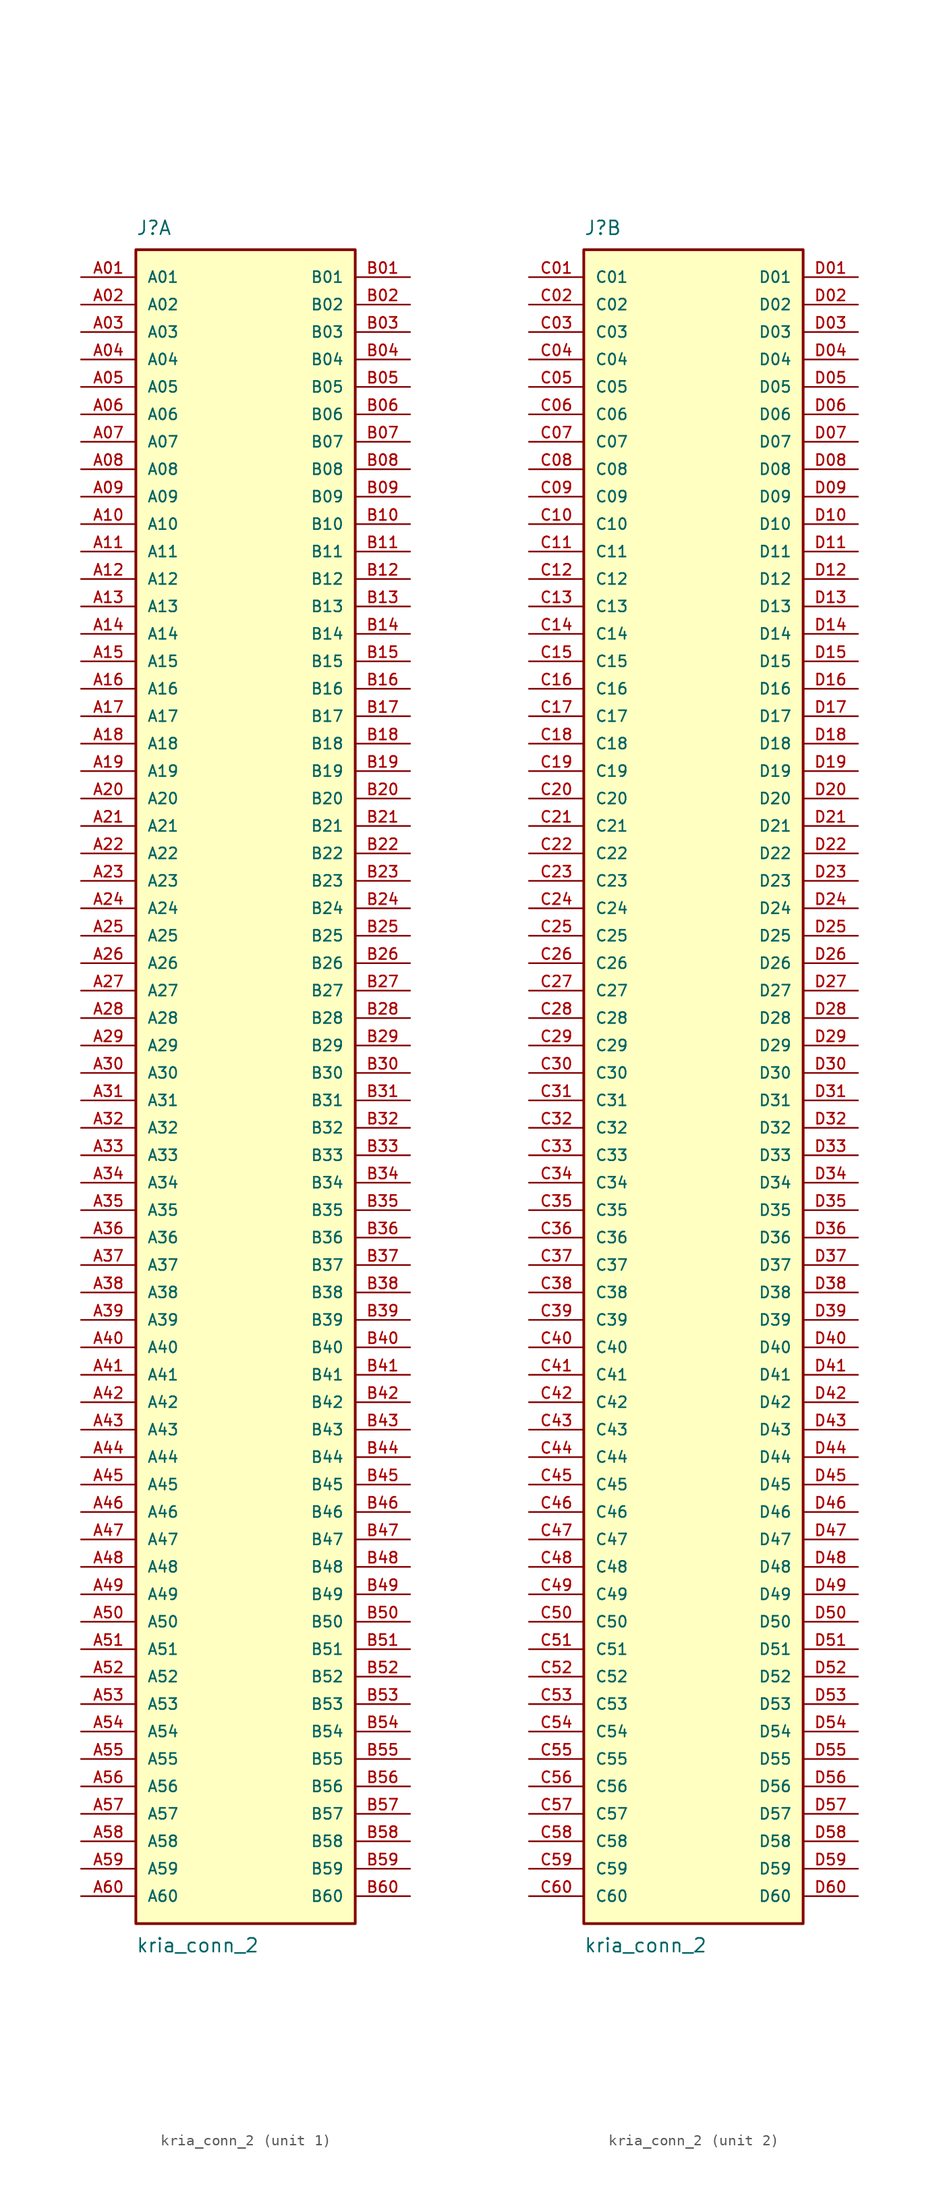
<source format=kicad_sym>
(kicad_symbol_lib
  (version 20231120)
  (generator "kicad_symbol_editor")
  (generator_version "8.0")
  (symbol "kria_conn_2"
    (pin_names
      (offset 1.016))
    (property "Reference" "J"
      (at -10.16 77.47 0)
      (effects (font (size 1.27 1.27)) (justify left bottom)))
    (property "Value" "kria_conn_2"
      (at -10.16 -80.01 0)
      (effects (font (size 1.27 1.27)) (justify left top)))
    (property "ki_locked" ""
      (at 0 0 0)
      (effects (font (size 1.27 1.27))))
    (symbol "kria_conn_2_1_0"
      (rectangle (start -10.16 -78.74) (end 10.16 76.2) (stroke (width 0.254) (type default)) (fill (type background)))
      (pin passive line (at -15.24 73.66 0) (length 5.08) (name "A01" (effects (font (size 1.016 1.016)))) (number "A01" (effects (font (size 1.016 1.016)))))
      (pin passive line (at -15.24 71.12 0) (length 5.08) (name "A02" (effects (font (size 1.016 1.016)))) (number "A02" (effects (font (size 1.016 1.016)))))
      (pin passive line (at -15.24 68.58 0) (length 5.08) (name "A03" (effects (font (size 1.016 1.016)))) (number "A03" (effects (font (size 1.016 1.016)))))
      (pin passive line (at -15.24 66.04 0) (length 5.08) (name "A04" (effects (font (size 1.016 1.016)))) (number "A04" (effects (font (size 1.016 1.016)))))
      (pin passive line (at -15.24 63.5 0) (length 5.08) (name "A05" (effects (font (size 1.016 1.016)))) (number "A05" (effects (font (size 1.016 1.016)))))
      (pin passive line (at -15.24 60.96 0) (length 5.08) (name "A06" (effects (font (size 1.016 1.016)))) (number "A06" (effects (font (size 1.016 1.016)))))
      (pin passive line (at -15.24 58.42 0) (length 5.08) (name "A07" (effects (font (size 1.016 1.016)))) (number "A07" (effects (font (size 1.016 1.016)))))
      (pin passive line (at -15.24 55.88 0) (length 5.08) (name "A08" (effects (font (size 1.016 1.016)))) (number "A08" (effects (font (size 1.016 1.016)))))
      (pin passive line (at -15.24 53.34 0) (length 5.08) (name "A09" (effects (font (size 1.016 1.016)))) (number "A09" (effects (font (size 1.016 1.016)))))
      (pin passive line (at -15.24 50.8 0) (length 5.08) (name "A10" (effects (font (size 1.016 1.016)))) (number "A10" (effects (font (size 1.016 1.016)))))
      (pin passive line (at -15.24 48.26 0) (length 5.08) (name "A11" (effects (font (size 1.016 1.016)))) (number "A11" (effects (font (size 1.016 1.016)))))
      (pin passive line (at -15.24 45.72 0) (length 5.08) (name "A12" (effects (font (size 1.016 1.016)))) (number "A12" (effects (font (size 1.016 1.016)))))
      (pin passive line (at -15.24 43.18 0) (length 5.08) (name "A13" (effects (font (size 1.016 1.016)))) (number "A13" (effects (font (size 1.016 1.016)))))
      (pin passive line (at -15.24 40.64 0) (length 5.08) (name "A14" (effects (font (size 1.016 1.016)))) (number "A14" (effects (font (size 1.016 1.016)))))
      (pin passive line (at -15.24 38.1 0) (length 5.08) (name "A15" (effects (font (size 1.016 1.016)))) (number "A15" (effects (font (size 1.016 1.016)))))
      (pin passive line (at -15.24 35.56 0) (length 5.08) (name "A16" (effects (font (size 1.016 1.016)))) (number "A16" (effects (font (size 1.016 1.016)))))
      (pin passive line (at -15.24 33.02 0) (length 5.08) (name "A17" (effects (font (size 1.016 1.016)))) (number "A17" (effects (font (size 1.016 1.016)))))
      (pin passive line (at -15.24 30.48 0) (length 5.08) (name "A18" (effects (font (size 1.016 1.016)))) (number "A18" (effects (font (size 1.016 1.016)))))
      (pin passive line (at -15.24 27.94 0) (length 5.08) (name "A19" (effects (font (size 1.016 1.016)))) (number "A19" (effects (font (size 1.016 1.016)))))
      (pin passive line (at -15.24 25.4 0) (length 5.08) (name "A20" (effects (font (size 1.016 1.016)))) (number "A20" (effects (font (size 1.016 1.016)))))
      (pin passive line (at -15.24 22.86 0) (length 5.08) (name "A21" (effects (font (size 1.016 1.016)))) (number "A21" (effects (font (size 1.016 1.016)))))
      (pin passive line (at -15.24 20.32 0) (length 5.08) (name "A22" (effects (font (size 1.016 1.016)))) (number "A22" (effects (font (size 1.016 1.016)))))
      (pin passive line (at -15.24 17.78 0) (length 5.08) (name "A23" (effects (font (size 1.016 1.016)))) (number "A23" (effects (font (size 1.016 1.016)))))
      (pin passive line (at -15.24 15.24 0) (length 5.08) (name "A24" (effects (font (size 1.016 1.016)))) (number "A24" (effects (font (size 1.016 1.016)))))
      (pin passive line (at -15.24 12.7 0) (length 5.08) (name "A25" (effects (font (size 1.016 1.016)))) (number "A25" (effects (font (size 1.016 1.016)))))
      (pin passive line (at -15.24 10.16 0) (length 5.08) (name "A26" (effects (font (size 1.016 1.016)))) (number "A26" (effects (font (size 1.016 1.016)))))
      (pin passive line (at -15.24 7.62 0) (length 5.08) (name "A27" (effects (font (size 1.016 1.016)))) (number "A27" (effects (font (size 1.016 1.016)))))
      (pin passive line (at -15.24 5.08 0) (length 5.08) (name "A28" (effects (font (size 1.016 1.016)))) (number "A28" (effects (font (size 1.016 1.016)))))
      (pin passive line (at -15.24 2.54 0) (length 5.08) (name "A29" (effects (font (size 1.016 1.016)))) (number "A29" (effects (font (size 1.016 1.016)))))
      (pin passive line (at -15.24 0 0) (length 5.08) (name "A30" (effects (font (size 1.016 1.016)))) (number "A30" (effects (font (size 1.016 1.016)))))
      (pin passive line (at -15.24 -2.54 0) (length 5.08) (name "A31" (effects (font (size 1.016 1.016)))) (number "A31" (effects (font (size 1.016 1.016)))))
      (pin passive line (at -15.24 -5.08 0) (length 5.08) (name "A32" (effects (font (size 1.016 1.016)))) (number "A32" (effects (font (size 1.016 1.016)))))
      (pin passive line (at -15.24 -7.62 0) (length 5.08) (name "A33" (effects (font (size 1.016 1.016)))) (number "A33" (effects (font (size 1.016 1.016)))))
      (pin passive line (at -15.24 -10.16 0) (length 5.08) (name "A34" (effects (font (size 1.016 1.016)))) (number "A34" (effects (font (size 1.016 1.016)))))
      (pin passive line (at -15.24 -12.7 0) (length 5.08) (name "A35" (effects (font (size 1.016 1.016)))) (number "A35" (effects (font (size 1.016 1.016)))))
      (pin passive line (at -15.24 -15.24 0) (length 5.08) (name "A36" (effects (font (size 1.016 1.016)))) (number "A36" (effects (font (size 1.016 1.016)))))
      (pin passive line (at -15.24 -17.78 0) (length 5.08) (name "A37" (effects (font (size 1.016 1.016)))) (number "A37" (effects (font (size 1.016 1.016)))))
      (pin passive line (at -15.24 -20.32 0) (length 5.08) (name "A38" (effects (font (size 1.016 1.016)))) (number "A38" (effects (font (size 1.016 1.016)))))
      (pin passive line (at -15.24 -22.86 0) (length 5.08) (name "A39" (effects (font (size 1.016 1.016)))) (number "A39" (effects (font (size 1.016 1.016)))))
      (pin passive line (at -15.24 -25.4 0) (length 5.08) (name "A40" (effects (font (size 1.016 1.016)))) (number "A40" (effects (font (size 1.016 1.016)))))
      (pin passive line (at -15.24 -27.94 0) (length 5.08) (name "A41" (effects (font (size 1.016 1.016)))) (number "A41" (effects (font (size 1.016 1.016)))))
      (pin passive line (at -15.24 -30.48 0) (length 5.08) (name "A42" (effects (font (size 1.016 1.016)))) (number "A42" (effects (font (size 1.016 1.016)))))
      (pin passive line (at -15.24 -33.02 0) (length 5.08) (name "A43" (effects (font (size 1.016 1.016)))) (number "A43" (effects (font (size 1.016 1.016)))))
      (pin passive line (at -15.24 -35.56 0) (length 5.08) (name "A44" (effects (font (size 1.016 1.016)))) (number "A44" (effects (font (size 1.016 1.016)))))
      (pin passive line (at -15.24 -38.1 0) (length 5.08) (name "A45" (effects (font (size 1.016 1.016)))) (number "A45" (effects (font (size 1.016 1.016)))))
      (pin passive line (at -15.24 -40.64 0) (length 5.08) (name "A46" (effects (font (size 1.016 1.016)))) (number "A46" (effects (font (size 1.016 1.016)))))
      (pin passive line (at -15.24 -43.18 0) (length 5.08) (name "A47" (effects (font (size 1.016 1.016)))) (number "A47" (effects (font (size 1.016 1.016)))))
      (pin passive line (at -15.24 -45.72 0) (length 5.08) (name "A48" (effects (font (size 1.016 1.016)))) (number "A48" (effects (font (size 1.016 1.016)))))
      (pin passive line (at -15.24 -48.26 0) (length 5.08) (name "A49" (effects (font (size 1.016 1.016)))) (number "A49" (effects (font (size 1.016 1.016)))))
      (pin passive line (at -15.24 -50.8 0) (length 5.08) (name "A50" (effects (font (size 1.016 1.016)))) (number "A50" (effects (font (size 1.016 1.016)))))
      (pin passive line (at -15.24 -53.34 0) (length 5.08) (name "A51" (effects (font (size 1.016 1.016)))) (number "A51" (effects (font (size 1.016 1.016)))))
      (pin passive line (at -15.24 -55.88 0) (length 5.08) (name "A52" (effects (font (size 1.016 1.016)))) (number "A52" (effects (font (size 1.016 1.016)))))
      (pin passive line (at -15.24 -58.42 0) (length 5.08) (name "A53" (effects (font (size 1.016 1.016)))) (number "A53" (effects (font (size 1.016 1.016)))))
      (pin passive line (at -15.24 -60.96 0) (length 5.08) (name "A54" (effects (font (size 1.016 1.016)))) (number "A54" (effects (font (size 1.016 1.016)))))
      (pin passive line (at -15.24 -63.5 0) (length 5.08) (name "A55" (effects (font (size 1.016 1.016)))) (number "A55" (effects (font (size 1.016 1.016)))))
      (pin passive line (at -15.24 -66.04 0) (length 5.08) (name "A56" (effects (font (size 1.016 1.016)))) (number "A56" (effects (font (size 1.016 1.016)))))
      (pin passive line (at -15.24 -68.58 0) (length 5.08) (name "A57" (effects (font (size 1.016 1.016)))) (number "A57" (effects (font (size 1.016 1.016)))))
      (pin passive line (at -15.24 -71.12 0) (length 5.08) (name "A58" (effects (font (size 1.016 1.016)))) (number "A58" (effects (font (size 1.016 1.016)))))
      (pin passive line (at -15.24 -73.66 0) (length 5.08) (name "A59" (effects (font (size 1.016 1.016)))) (number "A59" (effects (font (size 1.016 1.016)))))
      (pin passive line (at -15.24 -76.2 0) (length 5.08) (name "A60" (effects (font (size 1.016 1.016)))) (number "A60" (effects (font (size 1.016 1.016)))))
      (pin passive line (at 15.24 73.66 180) (length 5.08) (name "B01" (effects (font (size 1.016 1.016)))) (number "B01" (effects (font (size 1.016 1.016)))))
      (pin passive line (at 15.24 71.12 180) (length 5.08) (name "B02" (effects (font (size 1.016 1.016)))) (number "B02" (effects (font (size 1.016 1.016)))))
      (pin passive line (at 15.24 68.58 180) (length 5.08) (name "B03" (effects (font (size 1.016 1.016)))) (number "B03" (effects (font (size 1.016 1.016)))))
      (pin passive line (at 15.24 66.04 180) (length 5.08) (name "B04" (effects (font (size 1.016 1.016)))) (number "B04" (effects (font (size 1.016 1.016)))))
      (pin passive line (at 15.24 63.5 180) (length 5.08) (name "B05" (effects (font (size 1.016 1.016)))) (number "B05" (effects (font (size 1.016 1.016)))))
      (pin passive line (at 15.24 60.96 180) (length 5.08) (name "B06" (effects (font (size 1.016 1.016)))) (number "B06" (effects (font (size 1.016 1.016)))))
      (pin passive line (at 15.24 58.42 180) (length 5.08) (name "B07" (effects (font (size 1.016 1.016)))) (number "B07" (effects (font (size 1.016 1.016)))))
      (pin passive line (at 15.24 55.88 180) (length 5.08) (name "B08" (effects (font (size 1.016 1.016)))) (number "B08" (effects (font (size 1.016 1.016)))))
      (pin passive line (at 15.24 53.34 180) (length 5.08) (name "B09" (effects (font (size 1.016 1.016)))) (number "B09" (effects (font (size 1.016 1.016)))))
      (pin passive line (at 15.24 50.8 180) (length 5.08) (name "B10" (effects (font (size 1.016 1.016)))) (number "B10" (effects (font (size 1.016 1.016)))))
      (pin passive line (at 15.24 48.26 180) (length 5.08) (name "B11" (effects (font (size 1.016 1.016)))) (number "B11" (effects (font (size 1.016 1.016)))))
      (pin passive line (at 15.24 45.72 180) (length 5.08) (name "B12" (effects (font (size 1.016 1.016)))) (number "B12" (effects (font (size 1.016 1.016)))))
      (pin passive line (at 15.24 43.18 180) (length 5.08) (name "B13" (effects (font (size 1.016 1.016)))) (number "B13" (effects (font (size 1.016 1.016)))))
      (pin passive line (at 15.24 40.64 180) (length 5.08) (name "B14" (effects (font (size 1.016 1.016)))) (number "B14" (effects (font (size 1.016 1.016)))))
      (pin passive line (at 15.24 38.1 180) (length 5.08) (name "B15" (effects (font (size 1.016 1.016)))) (number "B15" (effects (font (size 1.016 1.016)))))
      (pin passive line (at 15.24 35.56 180) (length 5.08) (name "B16" (effects (font (size 1.016 1.016)))) (number "B16" (effects (font (size 1.016 1.016)))))
      (pin passive line (at 15.24 33.02 180) (length 5.08) (name "B17" (effects (font (size 1.016 1.016)))) (number "B17" (effects (font (size 1.016 1.016)))))
      (pin passive line (at 15.24 30.48 180) (length 5.08) (name "B18" (effects (font (size 1.016 1.016)))) (number "B18" (effects (font (size 1.016 1.016)))))
      (pin passive line (at 15.24 27.94 180) (length 5.08) (name "B19" (effects (font (size 1.016 1.016)))) (number "B19" (effects (font (size 1.016 1.016)))))
      (pin passive line (at 15.24 25.4 180) (length 5.08) (name "B20" (effects (font (size 1.016 1.016)))) (number "B20" (effects (font (size 1.016 1.016)))))
      (pin passive line (at 15.24 22.86 180) (length 5.08) (name "B21" (effects (font (size 1.016 1.016)))) (number "B21" (effects (font (size 1.016 1.016)))))
      (pin passive line (at 15.24 20.32 180) (length 5.08) (name "B22" (effects (font (size 1.016 1.016)))) (number "B22" (effects (font (size 1.016 1.016)))))
      (pin passive line (at 15.24 17.78 180) (length 5.08) (name "B23" (effects (font (size 1.016 1.016)))) (number "B23" (effects (font (size 1.016 1.016)))))
      (pin passive line (at 15.24 15.24 180) (length 5.08) (name "B24" (effects (font (size 1.016 1.016)))) (number "B24" (effects (font (size 1.016 1.016)))))
      (pin passive line (at 15.24 12.7 180) (length 5.08) (name "B25" (effects (font (size 1.016 1.016)))) (number "B25" (effects (font (size 1.016 1.016)))))
      (pin passive line (at 15.24 10.16 180) (length 5.08) (name "B26" (effects (font (size 1.016 1.016)))) (number "B26" (effects (font (size 1.016 1.016)))))
      (pin passive line (at 15.24 7.62 180) (length 5.08) (name "B27" (effects (font (size 1.016 1.016)))) (number "B27" (effects (font (size 1.016 1.016)))))
      (pin passive line (at 15.24 5.08 180) (length 5.08) (name "B28" (effects (font (size 1.016 1.016)))) (number "B28" (effects (font (size 1.016 1.016)))))
      (pin passive line (at 15.24 2.54 180) (length 5.08) (name "B29" (effects (font (size 1.016 1.016)))) (number "B29" (effects (font (size 1.016 1.016)))))
      (pin passive line (at 15.24 0 180) (length 5.08) (name "B30" (effects (font (size 1.016 1.016)))) (number "B30" (effects (font (size 1.016 1.016)))))
      (pin passive line (at 15.24 -2.54 180) (length 5.08) (name "B31" (effects (font (size 1.016 1.016)))) (number "B31" (effects (font (size 1.016 1.016)))))
      (pin passive line (at 15.24 -5.08 180) (length 5.08) (name "B32" (effects (font (size 1.016 1.016)))) (number "B32" (effects (font (size 1.016 1.016)))))
      (pin passive line (at 15.24 -7.62 180) (length 5.08) (name "B33" (effects (font (size 1.016 1.016)))) (number "B33" (effects (font (size 1.016 1.016)))))
      (pin passive line (at 15.24 -10.16 180) (length 5.08) (name "B34" (effects (font (size 1.016 1.016)))) (number "B34" (effects (font (size 1.016 1.016)))))
      (pin passive line (at 15.24 -12.7 180) (length 5.08) (name "B35" (effects (font (size 1.016 1.016)))) (number "B35" (effects (font (size 1.016 1.016)))))
      (pin passive line (at 15.24 -15.24 180) (length 5.08) (name "B36" (effects (font (size 1.016 1.016)))) (number "B36" (effects (font (size 1.016 1.016)))))
      (pin passive line (at 15.24 -17.78 180) (length 5.08) (name "B37" (effects (font (size 1.016 1.016)))) (number "B37" (effects (font (size 1.016 1.016)))))
      (pin passive line (at 15.24 -20.32 180) (length 5.08) (name "B38" (effects (font (size 1.016 1.016)))) (number "B38" (effects (font (size 1.016 1.016)))))
      (pin passive line (at 15.24 -22.86 180) (length 5.08) (name "B39" (effects (font (size 1.016 1.016)))) (number "B39" (effects (font (size 1.016 1.016)))))
      (pin passive line (at 15.24 -25.4 180) (length 5.08) (name "B40" (effects (font (size 1.016 1.016)))) (number "B40" (effects (font (size 1.016 1.016)))))
      (pin passive line (at 15.24 -27.94 180) (length 5.08) (name "B41" (effects (font (size 1.016 1.016)))) (number "B41" (effects (font (size 1.016 1.016)))))
      (pin passive line (at 15.24 -30.48 180) (length 5.08) (name "B42" (effects (font (size 1.016 1.016)))) (number "B42" (effects (font (size 1.016 1.016)))))
      (pin passive line (at 15.24 -33.02 180) (length 5.08) (name "B43" (effects (font (size 1.016 1.016)))) (number "B43" (effects (font (size 1.016 1.016)))))
      (pin passive line (at 15.24 -35.56 180) (length 5.08) (name "B44" (effects (font (size 1.016 1.016)))) (number "B44" (effects (font (size 1.016 1.016)))))
      (pin passive line (at 15.24 -38.1 180) (length 5.08) (name "B45" (effects (font (size 1.016 1.016)))) (number "B45" (effects (font (size 1.016 1.016)))))
      (pin passive line (at 15.24 -40.64 180) (length 5.08) (name "B46" (effects (font (size 1.016 1.016)))) (number "B46" (effects (font (size 1.016 1.016)))))
      (pin passive line (at 15.24 -43.18 180) (length 5.08) (name "B47" (effects (font (size 1.016 1.016)))) (number "B47" (effects (font (size 1.016 1.016)))))
      (pin passive line (at 15.24 -45.72 180) (length 5.08) (name "B48" (effects (font (size 1.016 1.016)))) (number "B48" (effects (font (size 1.016 1.016)))))
      (pin passive line (at 15.24 -48.26 180) (length 5.08) (name "B49" (effects (font (size 1.016 1.016)))) (number "B49" (effects (font (size 1.016 1.016)))))
      (pin passive line (at 15.24 -50.8 180) (length 5.08) (name "B50" (effects (font (size 1.016 1.016)))) (number "B50" (effects (font (size 1.016 1.016)))))
      (pin passive line (at 15.24 -53.34 180) (length 5.08) (name "B51" (effects (font (size 1.016 1.016)))) (number "B51" (effects (font (size 1.016 1.016)))))
      (pin passive line (at 15.24 -55.88 180) (length 5.08) (name "B52" (effects (font (size 1.016 1.016)))) (number "B52" (effects (font (size 1.016 1.016)))))
      (pin passive line (at 15.24 -58.42 180) (length 5.08) (name "B53" (effects (font (size 1.016 1.016)))) (number "B53" (effects (font (size 1.016 1.016)))))
      (pin passive line (at 15.24 -60.96 180) (length 5.08) (name "B54" (effects (font (size 1.016 1.016)))) (number "B54" (effects (font (size 1.016 1.016)))))
      (pin passive line (at 15.24 -63.5 180) (length 5.08) (name "B55" (effects (font (size 1.016 1.016)))) (number "B55" (effects (font (size 1.016 1.016)))))
      (pin passive line (at 15.24 -66.04 180) (length 5.08) (name "B56" (effects (font (size 1.016 1.016)))) (number "B56" (effects (font (size 1.016 1.016)))))
      (pin passive line (at 15.24 -68.58 180) (length 5.08) (name "B57" (effects (font (size 1.016 1.016)))) (number "B57" (effects (font (size 1.016 1.016)))))
      (pin passive line (at 15.24 -71.12 180) (length 5.08) (name "B58" (effects (font (size 1.016 1.016)))) (number "B58" (effects (font (size 1.016 1.016)))))
      (pin passive line (at 15.24 -73.66 180) (length 5.08) (name "B59" (effects (font (size 1.016 1.016)))) (number "B59" (effects (font (size 1.016 1.016)))))
      (pin passive line (at 15.24 -76.2 180) (length 5.08) (name "B60" (effects (font (size 1.016 1.016)))) (number "B60" (effects (font (size 1.016 1.016))))))
    (symbol "kria_conn_2_2_0"
      (rectangle (start -10.16 -78.74) (end 10.16 76.2) (stroke (width 0.254) (type default)) (fill (type background)))
      (pin passive line (at -15.24 73.66 0) (length 5.08) (name "C01" (effects (font (size 1.016 1.016)))) (number "C01" (effects (font (size 1.016 1.016)))))
      (pin passive line (at -15.24 71.12 0) (length 5.08) (name "C02" (effects (font (size 1.016 1.016)))) (number "C02" (effects (font (size 1.016 1.016)))))
      (pin passive line (at -15.24 68.58 0) (length 5.08) (name "C03" (effects (font (size 1.016 1.016)))) (number "C03" (effects (font (size 1.016 1.016)))))
      (pin passive line (at -15.24 66.04 0) (length 5.08) (name "C04" (effects (font (size 1.016 1.016)))) (number "C04" (effects (font (size 1.016 1.016)))))
      (pin passive line (at -15.24 63.5 0) (length 5.08) (name "C05" (effects (font (size 1.016 1.016)))) (number "C05" (effects (font (size 1.016 1.016)))))
      (pin passive line (at -15.24 60.96 0) (length 5.08) (name "C06" (effects (font (size 1.016 1.016)))) (number "C06" (effects (font (size 1.016 1.016)))))
      (pin passive line (at -15.24 58.42 0) (length 5.08) (name "C07" (effects (font (size 1.016 1.016)))) (number "C07" (effects (font (size 1.016 1.016)))))
      (pin passive line (at -15.24 55.88 0) (length 5.08) (name "C08" (effects (font (size 1.016 1.016)))) (number "C08" (effects (font (size 1.016 1.016)))))
      (pin passive line (at -15.24 53.34 0) (length 5.08) (name "C09" (effects (font (size 1.016 1.016)))) (number "C09" (effects (font (size 1.016 1.016)))))
      (pin passive line (at -15.24 50.8 0) (length 5.08) (name "C10" (effects (font (size 1.016 1.016)))) (number "C10" (effects (font (size 1.016 1.016)))))
      (pin passive line (at -15.24 48.26 0) (length 5.08) (name "C11" (effects (font (size 1.016 1.016)))) (number "C11" (effects (font (size 1.016 1.016)))))
      (pin passive line (at -15.24 45.72 0) (length 5.08) (name "C12" (effects (font (size 1.016 1.016)))) (number "C12" (effects (font (size 1.016 1.016)))))
      (pin passive line (at -15.24 43.18 0) (length 5.08) (name "C13" (effects (font (size 1.016 1.016)))) (number "C13" (effects (font (size 1.016 1.016)))))
      (pin passive line (at -15.24 40.64 0) (length 5.08) (name "C14" (effects (font (size 1.016 1.016)))) (number "C14" (effects (font (size 1.016 1.016)))))
      (pin passive line (at -15.24 38.1 0) (length 5.08) (name "C15" (effects (font (size 1.016 1.016)))) (number "C15" (effects (font (size 1.016 1.016)))))
      (pin passive line (at -15.24 35.56 0) (length 5.08) (name "C16" (effects (font (size 1.016 1.016)))) (number "C16" (effects (font (size 1.016 1.016)))))
      (pin passive line (at -15.24 33.02 0) (length 5.08) (name "C17" (effects (font (size 1.016 1.016)))) (number "C17" (effects (font (size 1.016 1.016)))))
      (pin passive line (at -15.24 30.48 0) (length 5.08) (name "C18" (effects (font (size 1.016 1.016)))) (number "C18" (effects (font (size 1.016 1.016)))))
      (pin passive line (at -15.24 27.94 0) (length 5.08) (name "C19" (effects (font (size 1.016 1.016)))) (number "C19" (effects (font (size 1.016 1.016)))))
      (pin passive line (at -15.24 25.4 0) (length 5.08) (name "C20" (effects (font (size 1.016 1.016)))) (number "C20" (effects (font (size 1.016 1.016)))))
      (pin passive line (at -15.24 22.86 0) (length 5.08) (name "C21" (effects (font (size 1.016 1.016)))) (number "C21" (effects (font (size 1.016 1.016)))))
      (pin passive line (at -15.24 20.32 0) (length 5.08) (name "C22" (effects (font (size 1.016 1.016)))) (number "C22" (effects (font (size 1.016 1.016)))))
      (pin passive line (at -15.24 17.78 0) (length 5.08) (name "C23" (effects (font (size 1.016 1.016)))) (number "C23" (effects (font (size 1.016 1.016)))))
      (pin passive line (at -15.24 15.24 0) (length 5.08) (name "C24" (effects (font (size 1.016 1.016)))) (number "C24" (effects (font (size 1.016 1.016)))))
      (pin passive line (at -15.24 12.7 0) (length 5.08) (name "C25" (effects (font (size 1.016 1.016)))) (number "C25" (effects (font (size 1.016 1.016)))))
      (pin passive line (at -15.24 10.16 0) (length 5.08) (name "C26" (effects (font (size 1.016 1.016)))) (number "C26" (effects (font (size 1.016 1.016)))))
      (pin passive line (at -15.24 7.62 0) (length 5.08) (name "C27" (effects (font (size 1.016 1.016)))) (number "C27" (effects (font (size 1.016 1.016)))))
      (pin passive line (at -15.24 5.08 0) (length 5.08) (name "C28" (effects (font (size 1.016 1.016)))) (number "C28" (effects (font (size 1.016 1.016)))))
      (pin passive line (at -15.24 2.54 0) (length 5.08) (name "C29" (effects (font (size 1.016 1.016)))) (number "C29" (effects (font (size 1.016 1.016)))))
      (pin passive line (at -15.24 0 0) (length 5.08) (name "C30" (effects (font (size 1.016 1.016)))) (number "C30" (effects (font (size 1.016 1.016)))))
      (pin passive line (at -15.24 -2.54 0) (length 5.08) (name "C31" (effects (font (size 1.016 1.016)))) (number "C31" (effects (font (size 1.016 1.016)))))
      (pin passive line (at -15.24 -5.08 0) (length 5.08) (name "C32" (effects (font (size 1.016 1.016)))) (number "C32" (effects (font (size 1.016 1.016)))))
      (pin passive line (at -15.24 -7.62 0) (length 5.08) (name "C33" (effects (font (size 1.016 1.016)))) (number "C33" (effects (font (size 1.016 1.016)))))
      (pin passive line (at -15.24 -10.16 0) (length 5.08) (name "C34" (effects (font (size 1.016 1.016)))) (number "C34" (effects (font (size 1.016 1.016)))))
      (pin passive line (at -15.24 -12.7 0) (length 5.08) (name "C35" (effects (font (size 1.016 1.016)))) (number "C35" (effects (font (size 1.016 1.016)))))
      (pin passive line (at -15.24 -15.24 0) (length 5.08) (name "C36" (effects (font (size 1.016 1.016)))) (number "C36" (effects (font (size 1.016 1.016)))))
      (pin passive line (at -15.24 -17.78 0) (length 5.08) (name "C37" (effects (font (size 1.016 1.016)))) (number "C37" (effects (font (size 1.016 1.016)))))
      (pin passive line (at -15.24 -20.32 0) (length 5.08) (name "C38" (effects (font (size 1.016 1.016)))) (number "C38" (effects (font (size 1.016 1.016)))))
      (pin passive line (at -15.24 -22.86 0) (length 5.08) (name "C39" (effects (font (size 1.016 1.016)))) (number "C39" (effects (font (size 1.016 1.016)))))
      (pin passive line (at -15.24 -25.4 0) (length 5.08) (name "C40" (effects (font (size 1.016 1.016)))) (number "C40" (effects (font (size 1.016 1.016)))))
      (pin passive line (at -15.24 -27.94 0) (length 5.08) (name "C41" (effects (font (size 1.016 1.016)))) (number "C41" (effects (font (size 1.016 1.016)))))
      (pin passive line (at -15.24 -30.48 0) (length 5.08) (name "C42" (effects (font (size 1.016 1.016)))) (number "C42" (effects (font (size 1.016 1.016)))))
      (pin passive line (at -15.24 -33.02 0) (length 5.08) (name "C43" (effects (font (size 1.016 1.016)))) (number "C43" (effects (font (size 1.016 1.016)))))
      (pin passive line (at -15.24 -35.56 0) (length 5.08) (name "C44" (effects (font (size 1.016 1.016)))) (number "C44" (effects (font (size 1.016 1.016)))))
      (pin passive line (at -15.24 -38.1 0) (length 5.08) (name "C45" (effects (font (size 1.016 1.016)))) (number "C45" (effects (font (size 1.016 1.016)))))
      (pin passive line (at -15.24 -40.64 0) (length 5.08) (name "C46" (effects (font (size 1.016 1.016)))) (number "C46" (effects (font (size 1.016 1.016)))))
      (pin passive line (at -15.24 -43.18 0) (length 5.08) (name "C47" (effects (font (size 1.016 1.016)))) (number "C47" (effects (font (size 1.016 1.016)))))
      (pin passive line (at -15.24 -45.72 0) (length 5.08) (name "C48" (effects (font (size 1.016 1.016)))) (number "C48" (effects (font (size 1.016 1.016)))))
      (pin passive line (at -15.24 -48.26 0) (length 5.08) (name "C49" (effects (font (size 1.016 1.016)))) (number "C49" (effects (font (size 1.016 1.016)))))
      (pin passive line (at -15.24 -50.8 0) (length 5.08) (name "C50" (effects (font (size 1.016 1.016)))) (number "C50" (effects (font (size 1.016 1.016)))))
      (pin passive line (at -15.24 -53.34 0) (length 5.08) (name "C51" (effects (font (size 1.016 1.016)))) (number "C51" (effects (font (size 1.016 1.016)))))
      (pin passive line (at -15.24 -55.88 0) (length 5.08) (name "C52" (effects (font (size 1.016 1.016)))) (number "C52" (effects (font (size 1.016 1.016)))))
      (pin passive line (at -15.24 -58.42 0) (length 5.08) (name "C53" (effects (font (size 1.016 1.016)))) (number "C53" (effects (font (size 1.016 1.016)))))
      (pin passive line (at -15.24 -60.96 0) (length 5.08) (name "C54" (effects (font (size 1.016 1.016)))) (number "C54" (effects (font (size 1.016 1.016)))))
      (pin passive line (at -15.24 -63.5 0) (length 5.08) (name "C55" (effects (font (size 1.016 1.016)))) (number "C55" (effects (font (size 1.016 1.016)))))
      (pin passive line (at -15.24 -66.04 0) (length 5.08) (name "C56" (effects (font (size 1.016 1.016)))) (number "C56" (effects (font (size 1.016 1.016)))))
      (pin passive line (at -15.24 -68.58 0) (length 5.08) (name "C57" (effects (font (size 1.016 1.016)))) (number "C57" (effects (font (size 1.016 1.016)))))
      (pin passive line (at -15.24 -71.12 0) (length 5.08) (name "C58" (effects (font (size 1.016 1.016)))) (number "C58" (effects (font (size 1.016 1.016)))))
      (pin passive line (at -15.24 -73.66 0) (length 5.08) (name "C59" (effects (font (size 1.016 1.016)))) (number "C59" (effects (font (size 1.016 1.016)))))
      (pin passive line (at -15.24 -76.2 0) (length 5.08) (name "C60" (effects (font (size 1.016 1.016)))) (number "C60" (effects (font (size 1.016 1.016)))))
      (pin passive line (at 15.24 73.66 180) (length 5.08) (name "D01" (effects (font (size 1.016 1.016)))) (number "D01" (effects (font (size 1.016 1.016)))))
      (pin passive line (at 15.24 71.12 180) (length 5.08) (name "D02" (effects (font (size 1.016 1.016)))) (number "D02" (effects (font (size 1.016 1.016)))))
      (pin passive line (at 15.24 68.58 180) (length 5.08) (name "D03" (effects (font (size 1.016 1.016)))) (number "D03" (effects (font (size 1.016 1.016)))))
      (pin passive line (at 15.24 66.04 180) (length 5.08) (name "D04" (effects (font (size 1.016 1.016)))) (number "D04" (effects (font (size 1.016 1.016)))))
      (pin passive line (at 15.24 63.5 180) (length 5.08) (name "D05" (effects (font (size 1.016 1.016)))) (number "D05" (effects (font (size 1.016 1.016)))))
      (pin passive line (at 15.24 60.96 180) (length 5.08) (name "D06" (effects (font (size 1.016 1.016)))) (number "D06" (effects (font (size 1.016 1.016)))))
      (pin passive line (at 15.24 58.42 180) (length 5.08) (name "D07" (effects (font (size 1.016 1.016)))) (number "D07" (effects (font (size 1.016 1.016)))))
      (pin passive line (at 15.24 55.88 180) (length 5.08) (name "D08" (effects (font (size 1.016 1.016)))) (number "D08" (effects (font (size 1.016 1.016)))))
      (pin passive line (at 15.24 53.34 180) (length 5.08) (name "D09" (effects (font (size 1.016 1.016)))) (number "D09" (effects (font (size 1.016 1.016)))))
      (pin passive line (at 15.24 50.8 180) (length 5.08) (name "D10" (effects (font (size 1.016 1.016)))) (number "D10" (effects (font (size 1.016 1.016)))))
      (pin passive line (at 15.24 48.26 180) (length 5.08) (name "D11" (effects (font (size 1.016 1.016)))) (number "D11" (effects (font (size 1.016 1.016)))))
      (pin passive line (at 15.24 45.72 180) (length 5.08) (name "D12" (effects (font (size 1.016 1.016)))) (number "D12" (effects (font (size 1.016 1.016)))))
      (pin passive line (at 15.24 43.18 180) (length 5.08) (name "D13" (effects (font (size 1.016 1.016)))) (number "D13" (effects (font (size 1.016 1.016)))))
      (pin passive line (at 15.24 40.64 180) (length 5.08) (name "D14" (effects (font (size 1.016 1.016)))) (number "D14" (effects (font (size 1.016 1.016)))))
      (pin passive line (at 15.24 38.1 180) (length 5.08) (name "D15" (effects (font (size 1.016 1.016)))) (number "D15" (effects (font (size 1.016 1.016)))))
      (pin passive line (at 15.24 35.56 180) (length 5.08) (name "D16" (effects (font (size 1.016 1.016)))) (number "D16" (effects (font (size 1.016 1.016)))))
      (pin passive line (at 15.24 33.02 180) (length 5.08) (name "D17" (effects (font (size 1.016 1.016)))) (number "D17" (effects (font (size 1.016 1.016)))))
      (pin passive line (at 15.24 30.48 180) (length 5.08) (name "D18" (effects (font (size 1.016 1.016)))) (number "D18" (effects (font (size 1.016 1.016)))))
      (pin passive line (at 15.24 27.94 180) (length 5.08) (name "D19" (effects (font (size 1.016 1.016)))) (number "D19" (effects (font (size 1.016 1.016)))))
      (pin passive line (at 15.24 25.4 180) (length 5.08) (name "D20" (effects (font (size 1.016 1.016)))) (number "D20" (effects (font (size 1.016 1.016)))))
      (pin passive line (at 15.24 22.86 180) (length 5.08) (name "D21" (effects (font (size 1.016 1.016)))) (number "D21" (effects (font (size 1.016 1.016)))))
      (pin passive line (at 15.24 20.32 180) (length 5.08) (name "D22" (effects (font (size 1.016 1.016)))) (number "D22" (effects (font (size 1.016 1.016)))))
      (pin passive line (at 15.24 17.78 180) (length 5.08) (name "D23" (effects (font (size 1.016 1.016)))) (number "D23" (effects (font (size 1.016 1.016)))))
      (pin passive line (at 15.24 15.24 180) (length 5.08) (name "D24" (effects (font (size 1.016 1.016)))) (number "D24" (effects (font (size 1.016 1.016)))))
      (pin passive line (at 15.24 12.7 180) (length 5.08) (name "D25" (effects (font (size 1.016 1.016)))) (number "D25" (effects (font (size 1.016 1.016)))))
      (pin passive line (at 15.24 10.16 180) (length 5.08) (name "D26" (effects (font (size 1.016 1.016)))) (number "D26" (effects (font (size 1.016 1.016)))))
      (pin passive line (at 15.24 7.62 180) (length 5.08) (name "D27" (effects (font (size 1.016 1.016)))) (number "D27" (effects (font (size 1.016 1.016)))))
      (pin passive line (at 15.24 5.08 180) (length 5.08) (name "D28" (effects (font (size 1.016 1.016)))) (number "D28" (effects (font (size 1.016 1.016)))))
      (pin passive line (at 15.24 2.54 180) (length 5.08) (name "D29" (effects (font (size 1.016 1.016)))) (number "D29" (effects (font (size 1.016 1.016)))))
      (pin passive line (at 15.24 0 180) (length 5.08) (name "D30" (effects (font (size 1.016 1.016)))) (number "D30" (effects (font (size 1.016 1.016)))))
      (pin passive line (at 15.24 -2.54 180) (length 5.08) (name "D31" (effects (font (size 1.016 1.016)))) (number "D31" (effects (font (size 1.016 1.016)))))
      (pin passive line (at 15.24 -5.08 180) (length 5.08) (name "D32" (effects (font (size 1.016 1.016)))) (number "D32" (effects (font (size 1.016 1.016)))))
      (pin passive line (at 15.24 -7.62 180) (length 5.08) (name "D33" (effects (font (size 1.016 1.016)))) (number "D33" (effects (font (size 1.016 1.016)))))
      (pin passive line (at 15.24 -10.16 180) (length 5.08) (name "D34" (effects (font (size 1.016 1.016)))) (number "D34" (effects (font (size 1.016 1.016)))))
      (pin passive line (at 15.24 -12.7 180) (length 5.08) (name "D35" (effects (font (size 1.016 1.016)))) (number "D35" (effects (font (size 1.016 1.016)))))
      (pin passive line (at 15.24 -15.24 180) (length 5.08) (name "D36" (effects (font (size 1.016 1.016)))) (number "D36" (effects (font (size 1.016 1.016)))))
      (pin passive line (at 15.24 -17.78 180) (length 5.08) (name "D37" (effects (font (size 1.016 1.016)))) (number "D37" (effects (font (size 1.016 1.016)))))
      (pin passive line (at 15.24 -20.32 180) (length 5.08) (name "D38" (effects (font (size 1.016 1.016)))) (number "D38" (effects (font (size 1.016 1.016)))))
      (pin passive line (at 15.24 -22.86 180) (length 5.08) (name "D39" (effects (font (size 1.016 1.016)))) (number "D39" (effects (font (size 1.016 1.016)))))
      (pin passive line (at 15.24 -25.4 180) (length 5.08) (name "D40" (effects (font (size 1.016 1.016)))) (number "D40" (effects (font (size 1.016 1.016)))))
      (pin passive line (at 15.24 -27.94 180) (length 5.08) (name "D41" (effects (font (size 1.016 1.016)))) (number "D41" (effects (font (size 1.016 1.016)))))
      (pin passive line (at 15.24 -30.48 180) (length 5.08) (name "D42" (effects (font (size 1.016 1.016)))) (number "D42" (effects (font (size 1.016 1.016)))))
      (pin passive line (at 15.24 -33.02 180) (length 5.08) (name "D43" (effects (font (size 1.016 1.016)))) (number "D43" (effects (font (size 1.016 1.016)))))
      (pin passive line (at 15.24 -35.56 180) (length 5.08) (name "D44" (effects (font (size 1.016 1.016)))) (number "D44" (effects (font (size 1.016 1.016)))))
      (pin passive line (at 15.24 -38.1 180) (length 5.08) (name "D45" (effects (font (size 1.016 1.016)))) (number "D45" (effects (font (size 1.016 1.016)))))
      (pin passive line (at 15.24 -40.64 180) (length 5.08) (name "D46" (effects (font (size 1.016 1.016)))) (number "D46" (effects (font (size 1.016 1.016)))))
      (pin passive line (at 15.24 -43.18 180) (length 5.08) (name "D47" (effects (font (size 1.016 1.016)))) (number "D47" (effects (font (size 1.016 1.016)))))
      (pin passive line (at 15.24 -45.72 180) (length 5.08) (name "D48" (effects (font (size 1.016 1.016)))) (number "D48" (effects (font (size 1.016 1.016)))))
      (pin passive line (at 15.24 -48.26 180) (length 5.08) (name "D49" (effects (font (size 1.016 1.016)))) (number "D49" (effects (font (size 1.016 1.016)))))
      (pin passive line (at 15.24 -50.8 180) (length 5.08) (name "D50" (effects (font (size 1.016 1.016)))) (number "D50" (effects (font (size 1.016 1.016)))))
      (pin passive line (at 15.24 -53.34 180) (length 5.08) (name "D51" (effects (font (size 1.016 1.016)))) (number "D51" (effects (font (size 1.016 1.016)))))
      (pin passive line (at 15.24 -55.88 180) (length 5.08) (name "D52" (effects (font (size 1.016 1.016)))) (number "D52" (effects (font (size 1.016 1.016)))))
      (pin passive line (at 15.24 -58.42 180) (length 5.08) (name "D53" (effects (font (size 1.016 1.016)))) (number "D53" (effects (font (size 1.016 1.016)))))
      (pin passive line (at 15.24 -60.96 180) (length 5.08) (name "D54" (effects (font (size 1.016 1.016)))) (number "D54" (effects (font (size 1.016 1.016)))))
      (pin passive line (at 15.24 -63.5 180) (length 5.08) (name "D55" (effects (font (size 1.016 1.016)))) (number "D55" (effects (font (size 1.016 1.016)))))
      (pin passive line (at 15.24 -66.04 180) (length 5.08) (name "D56" (effects (font (size 1.016 1.016)))) (number "D56" (effects (font (size 1.016 1.016)))))
      (pin passive line (at 15.24 -68.58 180) (length 5.08) (name "D57" (effects (font (size 1.016 1.016)))) (number "D57" (effects (font (size 1.016 1.016)))))
      (pin passive line (at 15.24 -71.12 180) (length 5.08) (name "D58" (effects (font (size 1.016 1.016)))) (number "D58" (effects (font (size 1.016 1.016)))))
      (pin passive line (at 15.24 -73.66 180) (length 5.08) (name "D59" (effects (font (size 1.016 1.016)))) (number "D59" (effects (font (size 1.016 1.016)))))
      (pin passive line (at 15.24 -76.2 180) (length 5.08) (name "D60" (effects (font (size 1.016 1.016)))) (number "D60" (effects (font (size 1.016 1.016))))))))
</source>
